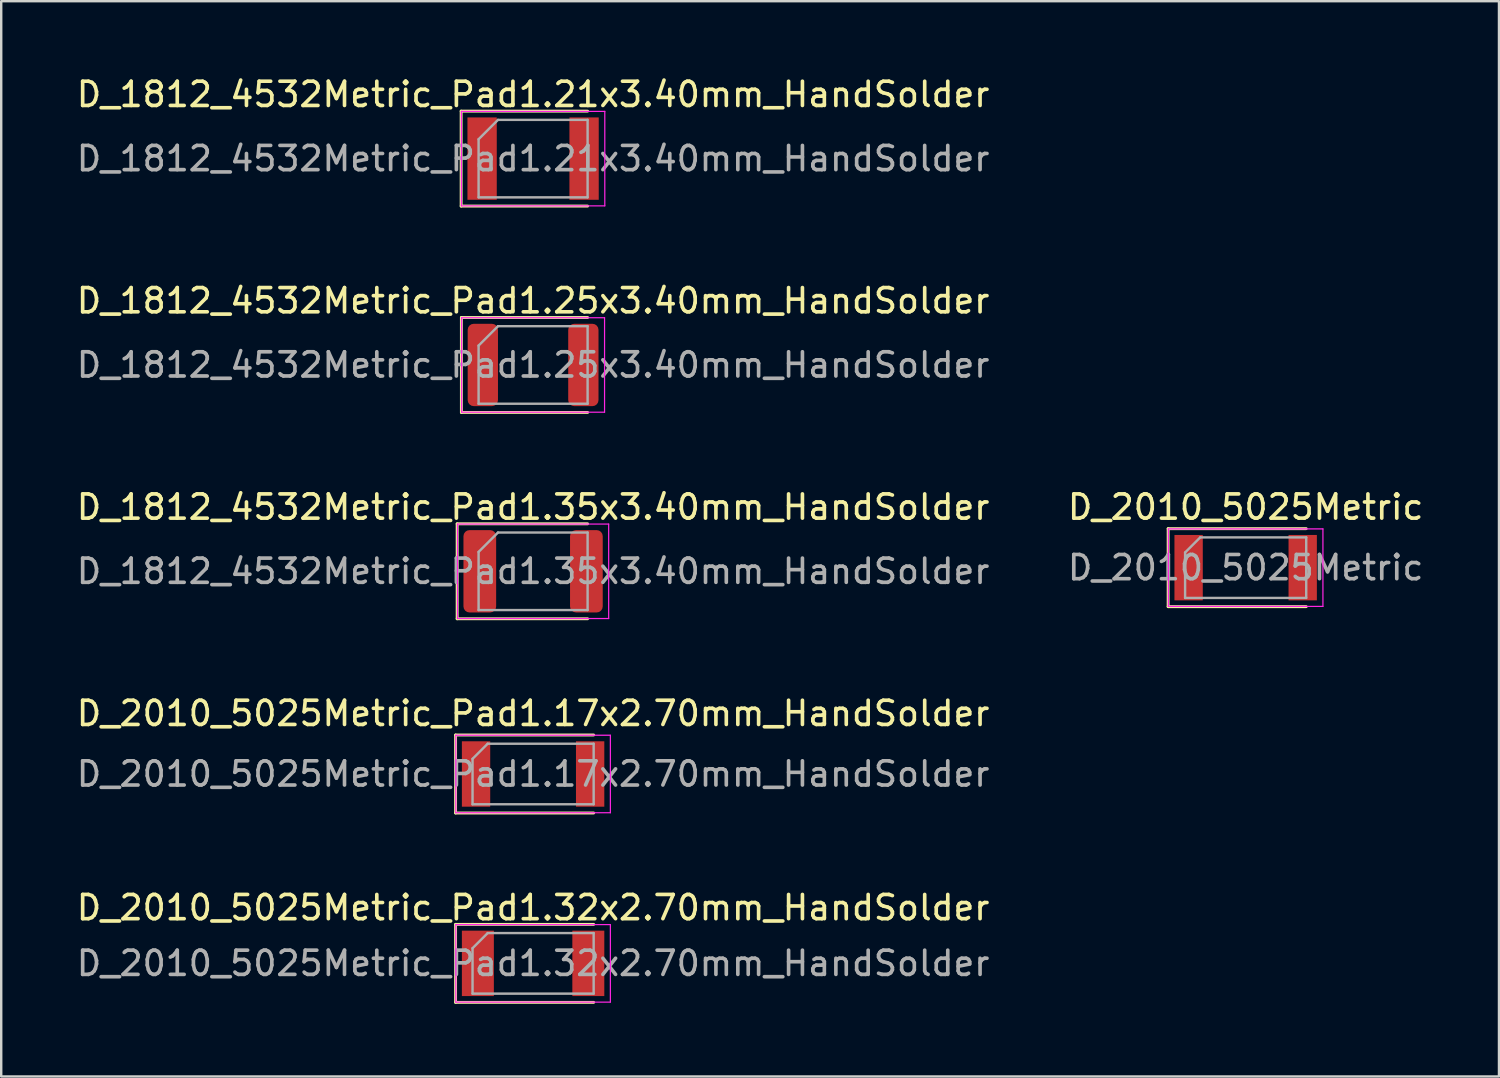
<source format=kicad_pcb>
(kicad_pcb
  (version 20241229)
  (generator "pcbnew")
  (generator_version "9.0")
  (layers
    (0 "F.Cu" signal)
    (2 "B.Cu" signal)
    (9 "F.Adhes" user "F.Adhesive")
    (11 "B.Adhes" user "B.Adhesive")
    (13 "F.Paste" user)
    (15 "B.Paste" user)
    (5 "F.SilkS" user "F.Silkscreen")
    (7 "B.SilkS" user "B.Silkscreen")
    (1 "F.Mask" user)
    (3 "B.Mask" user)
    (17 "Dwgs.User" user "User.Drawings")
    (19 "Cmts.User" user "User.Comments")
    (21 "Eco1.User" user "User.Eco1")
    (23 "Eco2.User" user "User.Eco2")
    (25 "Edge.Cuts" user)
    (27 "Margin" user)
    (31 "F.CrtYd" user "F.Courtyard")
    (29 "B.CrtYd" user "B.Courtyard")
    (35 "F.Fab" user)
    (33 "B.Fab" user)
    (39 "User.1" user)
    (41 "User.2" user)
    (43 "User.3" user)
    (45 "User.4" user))
  (footprint "D_2010_5025Metric"
    (layer "F.Cu")
    (at 48.375 20.385)
    (property "Reference" "D_2010_5025Metric" (at 0 -2.5 0) (layer "F.SilkS") (effects (font (size 1 1) (thickness 0.15))))
    (attr smd)
    (fp_line (start -3.2 -1.61) (end -3.2 1.61) (stroke (width 0.12) (type solid)) (layer "F.SilkS"))
    (fp_line (start -3.2 1.61) (end 2.5 1.61) (stroke (width 0.12) (type solid)) (layer "F.SilkS"))
    (fp_line (start 2.5 -1.61) (end -3.2 -1.61) (stroke (width 0.12) (type solid)) (layer "F.SilkS"))
    (fp_line (start -3.19 -1.6) (end 3.19 -1.6) (stroke (width 0.05) (type solid)) (layer "F.CrtYd"))
    (fp_line (start -3.19 1.6) (end -3.19 -1.6) (stroke (width 0.05) (type solid)) (layer "F.CrtYd"))
    (fp_line (start 3.19 -1.6) (end 3.19 1.6) (stroke (width 0.05) (type solid)) (layer "F.CrtYd"))
    (fp_line (start 3.19 1.6) (end -3.19 1.6) (stroke (width 0.05) (type solid)) (layer "F.CrtYd"))
    (fp_line (start -2.5 -0.625) (end -2.5 1.25) (stroke (width 0.1) (type solid)) (layer "F.Fab"))
    (fp_line (start -2.5 1.25) (end 2.5 1.25) (stroke (width 0.1) (type solid)) (layer "F.Fab"))
    (fp_line (start -1.875 -1.25) (end -2.5 -0.625) (stroke (width 0.1) (type solid)) (layer "F.Fab"))
    (fp_line (start 2.5 -1.25) (end -1.875 -1.25) (stroke (width 0.1) (type solid)) (layer "F.Fab"))
    (fp_line (start 2.5 1.25) (end 2.5 -1.25) (stroke (width 0.1) (type solid)) (layer "F.Fab"))
    (fp_text user "${REFERENCE}" (at 0 0 0) (layer "F.Fab") (effects (font (size 1 1) (thickness 0.15))))
    (pad "1" smd rect (at -2.355 0) (size 1.17 2.7) (layers "F.Cu" "F.Mask" "F.Paste"))
    (pad "2" smd rect (at 2.355 0) (size 1.17 2.7) (layers "F.Cu" "F.Mask" "F.Paste")))
  (footprint "D_1812_4532Metric_Pad1.21x3.40mm_HandSolder"
    (layer "F.Cu")
    (at 18.958 3.498)
    (property "Reference" "D_1812_4532Metric_Pad1.21x3.40mm_HandSolder" (at 0 -2.65 0) (layer "F.SilkS") (effects (font (size 1 1) (thickness 0.15))))
    (attr smd)
    (fp_line (start -2.97 -1.96) (end -2.97 1.96) (stroke (width 0.12) (type solid)) (layer "F.SilkS"))
    (fp_line (start -2.97 1.96) (end 2.25 1.96) (stroke (width 0.12) (type solid)) (layer "F.SilkS"))
    (fp_line (start 2.25 -1.96) (end -2.97 -1.96) (stroke (width 0.12) (type solid)) (layer "F.SilkS"))
    (fp_line (start -2.96 -1.95) (end 2.96 -1.95) (stroke (width 0.05) (type solid)) (layer "F.CrtYd"))
    (fp_line (start -2.96 1.95) (end -2.96 -1.95) (stroke (width 0.05) (type solid)) (layer "F.CrtYd"))
    (fp_line (start 2.96 -1.95) (end 2.96 1.95) (stroke (width 0.05) (type solid)) (layer "F.CrtYd"))
    (fp_line (start 2.96 1.95) (end -2.96 1.95) (stroke (width 0.05) (type solid)) (layer "F.CrtYd"))
    (fp_line (start -2.25 -0.8) (end -2.25 1.6) (stroke (width 0.1) (type solid)) (layer "F.Fab"))
    (fp_line (start -2.25 1.6) (end 2.25 1.6) (stroke (width 0.1) (type solid)) (layer "F.Fab"))
    (fp_line (start -1.45 -1.6) (end -2.25 -0.8) (stroke (width 0.1) (type solid)) (layer "F.Fab"))
    (fp_line (start 2.25 -1.6) (end -1.45 -1.6) (stroke (width 0.1) (type solid)) (layer "F.Fab"))
    (fp_line (start 2.25 1.6) (end 2.25 -1.6) (stroke (width 0.1) (type solid)) (layer "F.Fab"))
    (fp_text user "${REFERENCE}" (at 0 0 0) (layer "F.Fab") (effects (font (size 1 1) (thickness 0.15))))
    (pad "1" smd rect (at -2.105 0) (size 1.21 3.4) (layers "F.Cu" "F.Mask" "F.Paste"))
    (pad "2" smd rect (at 2.105 0) (size 1.21 3.4) (layers "F.Cu" "F.Mask" "F.Paste")))
  (footprint "D_2010_5025Metric_Pad1.32x2.70mm_HandSolder"
    (layer "F.Cu")
    (at 18.958 36.721)
    (property "Reference" "D_2010_5025Metric_Pad1.32x2.70mm_HandSolder" (at 0 -2.3 0) (layer "F.SilkS") (effects (font (size 1 1) (thickness 0.15))))
    (attr smd)
    (fp_line (start -3.2 -1.61) (end -3.2 1.61) (stroke (width 0.12) (type solid)) (layer "F.SilkS"))
    (fp_line (start -3.2 1.61) (end 2.5 1.61) (stroke (width 0.12) (type solid)) (layer "F.SilkS"))
    (fp_line (start 2.5 -1.61) (end -3.2 -1.61) (stroke (width 0.12) (type solid)) (layer "F.SilkS"))
    (fp_line (start -3.19 -1.6) (end 3.19 -1.6) (stroke (width 0.05) (type solid)) (layer "F.CrtYd"))
    (fp_line (start -3.19 1.6) (end -3.19 -1.6) (stroke (width 0.05) (type solid)) (layer "F.CrtYd"))
    (fp_line (start 3.19 -1.6) (end 3.19 1.6) (stroke (width 0.05) (type solid)) (layer "F.CrtYd"))
    (fp_line (start 3.19 1.6) (end -3.19 1.6) (stroke (width 0.05) (type solid)) (layer "F.CrtYd"))
    (fp_line (start -2.5 -0.625) (end -2.5 1.25) (stroke (width 0.1) (type solid)) (layer "F.Fab"))
    (fp_line (start -2.5 1.25) (end 2.5 1.25) (stroke (width 0.1) (type solid)) (layer "F.Fab"))
    (fp_line (start -1.875 -1.25) (end -2.5 -0.625) (stroke (width 0.1) (type solid)) (layer "F.Fab"))
    (fp_line (start 2.5 -1.25) (end -1.875 -1.25) (stroke (width 0.1) (type solid)) (layer "F.Fab"))
    (fp_line (start 2.5 1.25) (end 2.5 -1.25) (stroke (width 0.1) (type solid)) (layer "F.Fab"))
    (fp_text user "${REFERENCE}" (at 0 0 0) (layer "F.Fab") (effects (font (size 1 1) (thickness 0.15))))
    (pad "1" smd rect (at -2.28 0) (size 1.32 2.7) (layers "F.Cu" "F.Mask" "F.Paste"))
    (pad "2" smd rect (at 2.28 0) (size 1.32 2.7) (layers "F.Cu" "F.Mask" "F.Paste")))
  (footprint "D_1812_4532Metric_Pad1.35x3.40mm_HandSolder"
    (layer "F.Cu")
    (at 18.958 20.535)
    (property "Reference" "D_1812_4532Metric_Pad1.35x3.40mm_HandSolder" (at 0 -2.65 0) (layer "F.SilkS") (effects (font (size 1 1) (thickness 0.15))))
    (attr smd)
    (fp_line (start -3.135 -1.96) (end -3.135 1.96) (stroke (width 0.12) (type solid)) (layer "F.SilkS"))
    (fp_line (start -3.135 1.96) (end 2.25 1.96) (stroke (width 0.12) (type solid)) (layer "F.SilkS"))
    (fp_line (start 2.25 -1.96) (end -3.135 -1.96) (stroke (width 0.12) (type solid)) (layer "F.SilkS"))
    (fp_line (start -3.12 -1.95) (end 3.12 -1.95) (stroke (width 0.05) (type solid)) (layer "F.CrtYd"))
    (fp_line (start -3.12 1.95) (end -3.12 -1.95) (stroke (width 0.05) (type solid)) (layer "F.CrtYd"))
    (fp_line (start 3.12 -1.95) (end 3.12 1.95) (stroke (width 0.05) (type solid)) (layer "F.CrtYd"))
    (fp_line (start 3.12 1.95) (end -3.12 1.95) (stroke (width 0.05) (type solid)) (layer "F.CrtYd"))
    (fp_line (start -2.25 -0.8) (end -2.25 1.6) (stroke (width 0.1) (type solid)) (layer "F.Fab"))
    (fp_line (start -2.25 1.6) (end 2.25 1.6) (stroke (width 0.1) (type solid)) (layer "F.Fab"))
    (fp_line (start -1.45 -1.6) (end -2.25 -0.8) (stroke (width 0.1) (type solid)) (layer "F.Fab"))
    (fp_line (start 2.25 -1.6) (end -1.45 -1.6) (stroke (width 0.1) (type solid)) (layer "F.Fab"))
    (fp_line (start 2.25 1.6) (end 2.25 -1.6) (stroke (width 0.1) (type solid)) (layer "F.Fab"))
    (fp_text user "${REFERENCE}" (at 0 0 0) (layer "F.Fab") (effects (font (size 1 1) (thickness 0.15))))
    (pad "1" smd roundrect (at -2.2 0) (size 1.35 3.4) (layers "F.Cu" "F.Mask" "F.Paste") (roundrect_rratio 0.185))
    (pad "2" smd roundrect (at 2.2 0) (size 1.35 3.4) (layers "F.Cu" "F.Mask" "F.Paste") (roundrect_rratio 0.185)))
  (footprint "D_1812_4532Metric_Pad1.25x3.40mm_HandSolder"
    (layer "F.Cu")
    (at 18.958 12.017)
    (property "Reference" "D_1812_4532Metric_Pad1.25x3.40mm_HandSolder" (at 0 -2.65 0) (layer "F.SilkS") (effects (font (size 1 1) (thickness 0.15))))
    (attr smd)
    (fp_line (start -2.96 -1.96) (end -2.96 1.96) (stroke (width 0.12) (type solid)) (layer "F.SilkS"))
    (fp_line (start -2.96 1.96) (end 2.25 1.96) (stroke (width 0.12) (type solid)) (layer "F.SilkS"))
    (fp_line (start 2.25 -1.96) (end -2.96 -1.96) (stroke (width 0.12) (type solid)) (layer "F.SilkS"))
    (fp_line (start -2.95 -1.95) (end 2.95 -1.95) (stroke (width 0.05) (type solid)) (layer "F.CrtYd"))
    (fp_line (start -2.95 1.95) (end -2.95 -1.95) (stroke (width 0.05) (type solid)) (layer "F.CrtYd"))
    (fp_line (start 2.95 -1.95) (end 2.95 1.95) (stroke (width 0.05) (type solid)) (layer "F.CrtYd"))
    (fp_line (start 2.95 1.95) (end -2.95 1.95) (stroke (width 0.05) (type solid)) (layer "F.CrtYd"))
    (fp_line (start -2.25 -0.8) (end -2.25 1.6) (stroke (width 0.1) (type solid)) (layer "F.Fab"))
    (fp_line (start -2.25 1.6) (end 2.25 1.6) (stroke (width 0.1) (type solid)) (layer "F.Fab"))
    (fp_line (start -1.45 -1.6) (end -2.25 -0.8) (stroke (width 0.1) (type solid)) (layer "F.Fab"))
    (fp_line (start 2.25 -1.6) (end -1.45 -1.6) (stroke (width 0.1) (type solid)) (layer "F.Fab"))
    (fp_line (start 2.25 1.6) (end 2.25 -1.6) (stroke (width 0.1) (type solid)) (layer "F.Fab"))
    (fp_text user "${REFERENCE}" (at 0 0 0) (layer "F.Fab") (effects (font (size 1 1) (thickness 0.15))))
    (pad "1" smd roundrect (at -2.075 0) (size 1.25 3.4) (layers "F.Cu" "F.Mask" "F.Paste") (roundrect_rratio 0.2))
    (pad "2" smd roundrect (at 2.075 0) (size 1.25 3.4) (layers "F.Cu" "F.Mask" "F.Paste") (roundrect_rratio 0.2)))
  (footprint "D_2010_5025Metric_Pad1.17x2.70mm_HandSolder"
    (layer "F.Cu")
    (at 18.958 28.903)
    (property "Reference" "D_2010_5025Metric_Pad1.17x2.70mm_HandSolder" (at 0 -2.5 0) (layer "F.SilkS") (effects (font (size 1 1) (thickness 0.15))))
    (attr smd)
    (fp_line (start -3.2 -1.61) (end -3.2 1.61) (stroke (width 0.12) (type solid)) (layer "F.SilkS"))
    (fp_line (start -3.2 1.61) (end 2.5 1.61) (stroke (width 0.12) (type solid)) (layer "F.SilkS"))
    (fp_line (start 2.5 -1.61) (end -3.2 -1.61) (stroke (width 0.12) (type solid)) (layer "F.SilkS"))
    (fp_line (start -3.19 -1.6) (end 3.19 -1.6) (stroke (width 0.05) (type solid)) (layer "F.CrtYd"))
    (fp_line (start -3.19 1.6) (end -3.19 -1.6) (stroke (width 0.05) (type solid)) (layer "F.CrtYd"))
    (fp_line (start 3.19 -1.6) (end 3.19 1.6) (stroke (width 0.05) (type solid)) (layer "F.CrtYd"))
    (fp_line (start 3.19 1.6) (end -3.19 1.6) (stroke (width 0.05) (type solid)) (layer "F.CrtYd"))
    (fp_line (start -2.5 -0.625) (end -2.5 1.25) (stroke (width 0.1) (type solid)) (layer "F.Fab"))
    (fp_line (start -2.5 1.25) (end 2.5 1.25) (stroke (width 0.1) (type solid)) (layer "F.Fab"))
    (fp_line (start -1.875 -1.25) (end -2.5 -0.625) (stroke (width 0.1) (type solid)) (layer "F.Fab"))
    (fp_line (start 2.5 -1.25) (end -1.875 -1.25) (stroke (width 0.1) (type solid)) (layer "F.Fab"))
    (fp_line (start 2.5 1.25) (end 2.5 -1.25) (stroke (width 0.1) (type solid)) (layer "F.Fab"))
    (fp_text user "${REFERENCE}" (at 0 0 0) (layer "F.Fab") (effects (font (size 1 1) (thickness 0.15))))
    (pad "1" smd rect (at -2.355 0) (size 1.17 2.7) (layers "F.Cu" "F.Mask" "F.Paste"))
    (pad "2" smd rect (at 2.355 0) (size 1.17 2.7) (layers "F.Cu" "F.Mask" "F.Paste")))
  (gr_rect
    (start -3 -3)
    (end 58.833 41.391)
    (stroke (width 0.1) (type default))
    (fill no)
    (layer "Edge.Cuts")))
</source>
